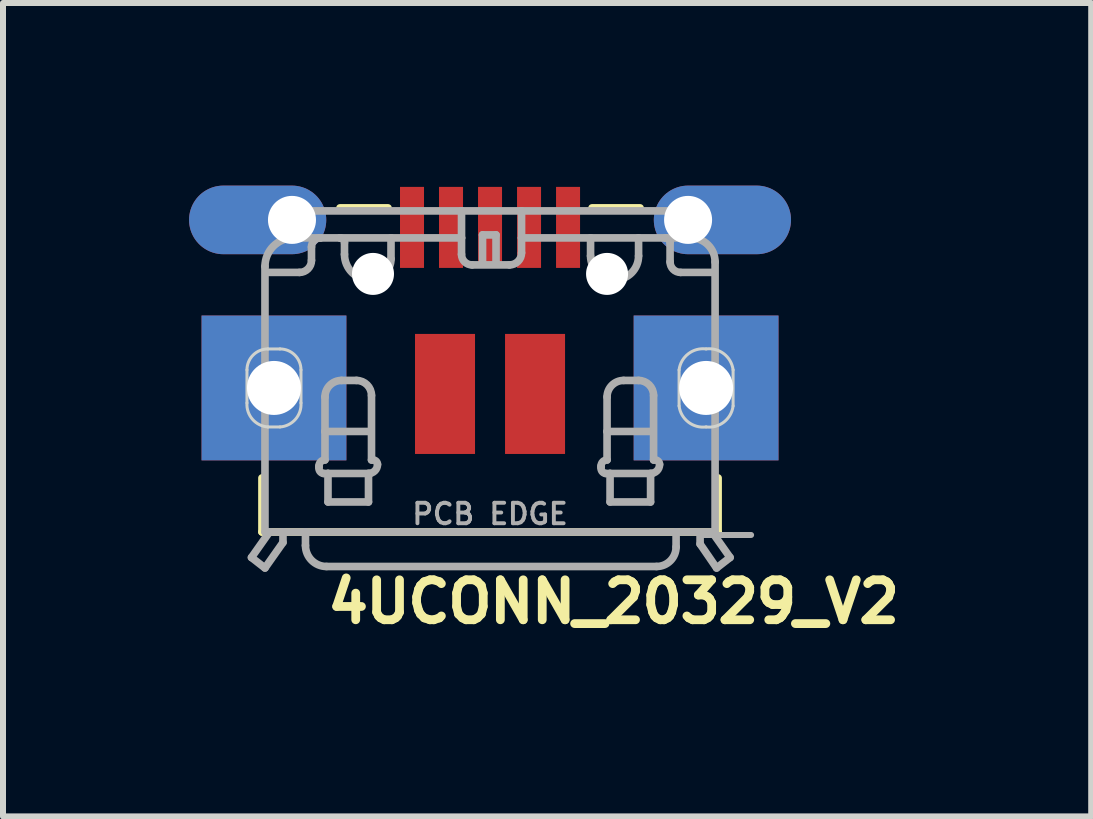
<source format=kicad_pcb>
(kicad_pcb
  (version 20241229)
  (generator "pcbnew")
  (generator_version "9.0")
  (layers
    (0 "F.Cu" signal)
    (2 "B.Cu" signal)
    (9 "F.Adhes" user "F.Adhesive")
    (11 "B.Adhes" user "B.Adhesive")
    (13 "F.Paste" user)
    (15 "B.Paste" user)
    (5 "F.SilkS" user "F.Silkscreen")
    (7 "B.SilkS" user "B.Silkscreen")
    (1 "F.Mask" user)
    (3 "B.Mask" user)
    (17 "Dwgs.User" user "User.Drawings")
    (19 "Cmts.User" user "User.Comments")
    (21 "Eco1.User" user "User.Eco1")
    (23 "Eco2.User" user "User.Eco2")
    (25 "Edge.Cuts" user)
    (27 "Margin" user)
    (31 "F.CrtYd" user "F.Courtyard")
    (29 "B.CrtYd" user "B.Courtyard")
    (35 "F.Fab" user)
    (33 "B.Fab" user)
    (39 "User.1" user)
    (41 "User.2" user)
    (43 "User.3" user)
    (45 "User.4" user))
  (footprint "4UCONN_20329_V2"
    (layer "F.Cu")
    (at 5.115 1.514)
    (property "Reference" "4UCONN_20329_V2" (at -2.778 5.852 0) (layer "F.SilkS") (effects (font (size 0.666 0.666) (thickness 0.146)) (justify left bottom)))
    (fp_poly (pts (xy -1.55 -0.05) (xy -1.05 -0.05) (xy -1.05 -1.5) (xy -1.55 -1.5)) (stroke (width 0) (type default)) (fill yes) (layer "F.Mask"))
    (fp_poly (pts (xy -0.9 -0.05) (xy -0.4 -0.05) (xy -0.4 -1.5) (xy -0.9 -1.5)) (stroke (width 0) (type default)) (fill yes) (layer "F.Mask"))
    (fp_poly (pts (xy -0.25 -0.05) (xy 0.25 -0.05) (xy 0.25 -1.5) (xy -0.25 -1.5)) (stroke (width 0) (type default)) (fill yes) (layer "F.Mask"))
    (fp_poly (pts (xy 0.4 -0.05) (xy 0.9 -0.05) (xy 0.9 -1.5) (xy 0.4 -1.5)) (stroke (width 0) (type default)) (fill yes) (layer "F.Mask"))
    (fp_poly (pts (xy 1.05 -0.05) (xy 1.55 -0.05) (xy 1.55 -1.5) (xy 1.05 -1.5)) (stroke (width 0) (type default)) (fill yes) (layer "F.Mask"))
    (fp_line (start -3.8 3.4) (end -3.8 4.3) (stroke (width 0.127) (type solid)) (layer "F.SilkS"))
    (fp_line (start -3.8 4.3) (end 3.8 4.3) (stroke (width 0.127) (type solid)) (layer "F.SilkS"))
    (fp_line (start -2.5 -1.1) (end -1.7 -1.1) (stroke (width 0.127) (type solid)) (layer "F.SilkS"))
    (fp_line (start 1.7 -1.1) (end 2.5 -1.1) (stroke (width 0.127) (type solid)) (layer "F.SilkS"))
    (fp_line (start 3.8 4.3) (end 3.8 3.4) (stroke (width 0.127) (type solid)) (layer "F.SilkS"))
    (fp_poly (pts (xy -4.85 3.15) (xy -2.35 3.15) (xy -2.35 0.65) (xy -4.85 0.65)) (stroke (width 0) (type default)) (fill yes) (layer "F.Paste"))
    (fp_poly (pts (xy -1.45 -0.15) (xy -1.15 -0.15) (xy -1.15 -1.4) (xy -1.45 -1.4)) (stroke (width 0) (type default)) (fill yes) (layer "F.Paste"))
    (fp_poly (pts (xy -0.8 -0.15) (xy -0.5 -0.15) (xy -0.5 -1.4) (xy -0.8 -1.4)) (stroke (width 0) (type default)) (fill yes) (layer "F.Paste"))
    (fp_poly (pts (xy -0.15 -0.15) (xy 0.15 -0.15) (xy 0.15 -1.4) (xy -0.15 -1.4)) (stroke (width 0) (type default)) (fill yes) (layer "F.Paste"))
    (fp_poly (pts (xy 0.5 -0.15) (xy 0.8 -0.15) (xy 0.8 -1.4) (xy 0.5 -1.4)) (stroke (width 0) (type default)) (fill yes) (layer "F.Paste"))
    (fp_poly (pts (xy 1.15 -0.15) (xy 1.45 -0.15) (xy 1.45 -1.4) (xy 1.15 -1.4)) (stroke (width 0) (type default)) (fill yes) (layer "F.Paste"))
    (fp_poly (pts (xy 2.35 3.15) (xy 4.85 3.15) (xy 4.85 0.65) (xy 2.35 0.65)) (stroke (width 0) (type default)) (fill yes) (layer "F.Paste"))
    (fp_poly (pts (xy -3.186 -1.499) (xy -3.03 -1.442) (xy -2.893 -1.346) (xy -2.786 -1.219) (xy -2.715 -1.067) (xy -2.686 -0.9) (xy -2.715 -0.733) (xy -2.786 -0.581) (xy -2.893 -0.454) (xy -3.03 -0.358) (xy -3.186 -0.301) (xy -3.347 -0.286) (xy -4.457 -0.286) (xy -4.767 -0.355) (xy -4.907 -0.454) (xy -5.014 -0.581) (xy -5.085 -0.733) (xy -5.115 -0.904) (xy -5.017 -1.215) (xy -4.907 -1.346) (xy -4.77 -1.442) (xy -4.614 -1.499) (xy -4.453 -1.514) (xy -3.347 -1.514)) (stroke (width 0) (type default)) (fill yes) (layer "F.Paste"))
    (fp_poly (pts (xy 4.614 -1.499) (xy 4.77 -1.442) (xy 4.907 -1.346) (xy 5.014 -1.219) (xy 5.085 -1.067) (xy 5.114 -0.9) (xy 5.085 -0.733) (xy 5.014 -0.581) (xy 4.907 -0.454) (xy 4.77 -0.358) (xy 4.614 -0.301) (xy 4.453 -0.286) (xy 3.343 -0.286) (xy 3.033 -0.355) (xy 2.893 -0.454) (xy 2.786 -0.581) (xy 2.715 -0.733) (xy 2.685 -0.904) (xy 2.783 -1.215) (xy 2.893 -1.346) (xy 3.03 -1.442) (xy 3.186 -1.499) (xy 3.347 -1.514) (xy 4.453 -1.514)) (stroke (width 0) (type default)) (fill yes) (layer "F.Paste"))
    (fp_line (start -4.05 2.15) (end -4.05 1.6) (stroke (width 0.05) (type solid)) (layer "Edge.Cuts"))
    (fp_line (start -3.7 1.25) (end -3.5 1.25) (stroke (width 0.05) (type solid)) (layer "Edge.Cuts"))
    (fp_line (start -3.5 2.55) (end -3.7 2.55) (stroke (width 0.05) (type solid)) (layer "Edge.Cuts"))
    (fp_line (start -3.15 1.6) (end -3.15 2.15) (stroke (width 0.05) (type solid)) (layer "Edge.Cuts"))
    (fp_line (start 3.15 2.2) (end 3.15 1.6) (stroke (width 0.05) (type solid)) (layer "Edge.Cuts"))
    (fp_line (start 4.05 1.6) (end 4.05 2.2) (stroke (width 0.05) (type solid)) (layer "Edge.Cuts"))
    (fp_arc (start -4.05 1.6) (mid -3.947487 1.352513) (end -3.7 1.25) (stroke (width 0.05) (type solid)) (layer "Edge.Cuts"))
    (fp_arc (start -3.7 2.55) (mid -3.957843 2.422487) (end -4.05 2.15) (stroke (width 0.05) (type solid)) (layer "Edge.Cuts"))
    (fp_arc (start -3.5 1.25) (mid -3.252513 1.352513) (end -3.15 1.6) (stroke (width 0.05) (type solid)) (layer "Edge.Cuts"))
    (fp_arc (start -3.15 2.15) (mid -3.242157 2.422487) (end -3.5 2.55) (stroke (width 0.05) (type solid)) (layer "Edge.Cuts"))
    (fp_arc (start 3.15 1.6) (mid 3.302513 1.331802) (end 3.6 1.25) (stroke (width 0.05) (type solid)) (layer "Edge.Cuts"))
    (fp_arc (start 3.6 1.25) (mid 3.897487 1.331802) (end 4.05 1.6) (stroke (width 0.05) (type solid)) (layer "Edge.Cuts"))
    (fp_arc (start 3.6 2.55) (mid 3.302513 2.468198) (end 3.15 2.2) (stroke (width 0.05) (type solid)) (layer "Edge.Cuts"))
    (fp_arc (start 4.05 2.2) (mid 3.897487 2.468198) (end 3.6 2.55) (stroke (width 0.05) (type solid)) (layer "Edge.Cuts"))
    (fp_line (start -3.975 4.725) (end -3.75 4.9) (stroke (width 0.127) (type solid)) (layer "F.Fab"))
    (fp_line (start -3.975 4.725) (end -3.675 4.3) (stroke (width 0.127) (type solid)) (layer "F.Fab"))
    (fp_line (start -3.75 -0.125) (end -3.75 4.3) (stroke (width 0.127) (type solid)) (layer "F.Fab"))
    (fp_line (start -3.75 4.3) (end -3.675 4.3) (stroke (width 0.127) (type solid)) (layer "F.Fab"))
    (fp_line (start -3.75 4.9) (end -3.45 4.475) (stroke (width 0.127) (type solid)) (layer "F.Fab"))
    (fp_line (start -3.725 -0.025) (end -3.175 -0.025) (stroke (width 0.127) (type solid)) (layer "F.Fab"))
    (fp_line (start -3.675 4.3) (end -3.45 4.3) (stroke (width 0.127) (type solid)) (layer "F.Fab"))
    (fp_line (start -3.575 -1.05) (end -0.475 -1.05) (stroke (width 0.127) (type solid)) (layer "F.Fab"))
    (fp_line (start -3.575 -0.75) (end -3.575 -1.05) (stroke (width 0.127) (type solid)) (layer "F.Fab"))
    (fp_line (start -3.45 4.3) (end -3.075 4.3) (stroke (width 0.127) (type solid)) (layer "F.Fab"))
    (fp_line (start -3.45 4.475) (end -3.45 4.3) (stroke (width 0.127) (type solid)) (layer "F.Fab"))
    (fp_line (start -3.425 -0.75) (end -3.575 -0.75) (stroke (width 0.127) (type solid)) (layer "F.Fab"))
    (fp_line (start -3.425 -0.625) (end -3.425 -0.75) (stroke (width 0.127) (type solid)) (layer "F.Fab"))
    (fp_line (start -3.075 4.3) (end -3.075 4.525) (stroke (width 0.127) (type solid)) (layer "F.Fab"))
    (fp_line (start -3.075 4.3) (end 3.1 4.3) (stroke (width 0.127) (type solid)) (layer "F.Fab"))
    (fp_line (start -2.975 -0.225) (end -2.975 -0.45) (stroke (width 0.127) (type solid)) (layer "F.Fab"))
    (fp_line (start -2.85 3.225) (end -2.85 3.2) (stroke (width 0.127) (type solid)) (layer "F.Fab"))
    (fp_line (start -2.825 -0.6) (end -3.275 -0.6) (stroke (width 0.127) (type solid)) (layer "F.Fab"))
    (fp_line (start -2.825 -0.6) (end -2.5 -0.6) (stroke (width 0.127) (type solid)) (layer "F.Fab"))
    (fp_line (start -2.75 2.625) (end -2.75 2.05) (stroke (width 0.127) (type solid)) (layer "F.Fab"))
    (fp_line (start -2.75 2.625) (end -2 2.625) (stroke (width 0.127) (type solid)) (layer "F.Fab"))
    (fp_line (start -2.75 3.1) (end -2.75 2.625) (stroke (width 0.127) (type solid)) (layer "F.Fab"))
    (fp_line (start -2.725 4.875) (end 2.775 4.875) (stroke (width 0.127) (type solid)) (layer "F.Fab"))
    (fp_line (start -2.7 3.325) (end -2.775 3.325) (stroke (width 0.127) (type solid)) (layer "F.Fab"))
    (fp_line (start -2.7 3.325) (end -2 3.325) (stroke (width 0.127) (type solid)) (layer "F.Fab"))
    (fp_line (start -2.7 3.8) (end -2.7 3.325) (stroke (width 0.127) (type solid)) (layer "F.Fab"))
    (fp_line (start -2.475 1.775) (end -2.225 1.775) (stroke (width 0.127) (type solid)) (layer "F.Fab"))
    (fp_line (start -2.425 -0.525) (end -2.425 -0.325) (stroke (width 0.127) (type solid)) (layer "F.Fab"))
    (fp_line (start -2.025 3.325) (end -2.025 3.8) (stroke (width 0.127) (type solid)) (layer "F.Fab"))
    (fp_line (start -2.025 3.8) (end -2.7 3.8) (stroke (width 0.127) (type solid)) (layer "F.Fab"))
    (fp_line (start -1.975 2.025) (end -1.975 3.1) (stroke (width 0.127) (type solid)) (layer "F.Fab"))
    (fp_line (start -1.975 3.1) (end -1.95 3.1) (stroke (width 0.127) (type solid)) (layer "F.Fab"))
    (fp_line (start -1.65 -0.6) (end -2.5 -0.6) (stroke (width 0.127) (type solid)) (layer "F.Fab"))
    (fp_line (start -1.65 -0.25) (end -1.65 -0.6) (stroke (width 0.127) (type solid)) (layer "F.Fab"))
    (fp_line (start -0.475 -1.05) (end 0.525 -1.05) (stroke (width 0.127) (type solid)) (layer "F.Fab"))
    (fp_line (start -0.475 -0.6) (end -1.65 -0.6) (stroke (width 0.127) (type solid)) (layer "F.Fab"))
    (fp_line (start -0.475 -0.6) (end -0.475 -1.05) (stroke (width 0.127) (type solid)) (layer "F.Fab"))
    (fp_line (start -0.475 -0.325) (end -0.475 -0.6) (stroke (width 0.127) (type solid)) (layer "F.Fab"))
    (fp_line (start -0.125 -0.65) (end 0.1 -0.65) (stroke (width 0.127) (type solid)) (layer "F.Fab"))
    (fp_line (start -0.125 -0.175) (end -0.125 -0.65) (stroke (width 0.127) (type solid)) (layer "F.Fab"))
    (fp_line (start 0.1 -0.65) (end 0.1 -0.175) (stroke (width 0.127) (type solid)) (layer "F.Fab"))
    (fp_line (start 0.325 -0.15) (end -0.3 -0.15) (stroke (width 0.127) (type solid)) (layer "F.Fab"))
    (fp_line (start 0.525 -1.05) (end 0.525 -0.6) (stroke (width 0.127) (type solid)) (layer "F.Fab"))
    (fp_line (start 0.525 -1.05) (end 3.6 -1.05) (stroke (width 0.127) (type solid)) (layer "F.Fab"))
    (fp_line (start 0.525 -0.6) (end 0.525 -0.35) (stroke (width 0.127) (type solid)) (layer "F.Fab"))
    (fp_line (start 1.675 -0.6) (end 0.525 -0.6) (stroke (width 0.127) (type solid)) (layer "F.Fab"))
    (fp_line (start 1.675 -0.6) (end 1.675 -0.3) (stroke (width 0.127) (type solid)) (layer "F.Fab"))
    (fp_line (start 1.85 3.225) (end 1.85 3.2) (stroke (width 0.127) (type solid)) (layer "F.Fab"))
    (fp_line (start 1.95 2.625) (end 1.95 2.05) (stroke (width 0.127) (type solid)) (layer "F.Fab"))
    (fp_line (start 1.95 2.625) (end 2.7 2.625) (stroke (width 0.127) (type solid)) (layer "F.Fab"))
    (fp_line (start 1.95 3.1) (end 1.95 2.625) (stroke (width 0.127) (type solid)) (layer "F.Fab"))
    (fp_line (start 2 3.325) (end 1.925 3.325) (stroke (width 0.127) (type solid)) (layer "F.Fab"))
    (fp_line (start 2 3.325) (end 2.7 3.325) (stroke (width 0.127) (type solid)) (layer "F.Fab"))
    (fp_line (start 2 3.8) (end 2 3.325) (stroke (width 0.127) (type solid)) (layer "F.Fab"))
    (fp_line (start 2.225 1.775) (end 2.475 1.775) (stroke (width 0.127) (type solid)) (layer "F.Fab"))
    (fp_line (start 2.475 -0.6) (end 1.675 -0.6) (stroke (width 0.127) (type solid)) (layer "F.Fab"))
    (fp_line (start 2.475 -0.6) (end 2.925 -0.6) (stroke (width 0.127) (type solid)) (layer "F.Fab"))
    (fp_line (start 2.475 -0.3) (end 2.475 -0.6) (stroke (width 0.127) (type solid)) (layer "F.Fab"))
    (fp_line (start 2.675 3.325) (end 2.675 3.8) (stroke (width 0.127) (type solid)) (layer "F.Fab"))
    (fp_line (start 2.675 3.8) (end 2 3.8) (stroke (width 0.127) (type solid)) (layer "F.Fab"))
    (fp_line (start 2.725 2.025) (end 2.725 3.1) (stroke (width 0.127) (type solid)) (layer "F.Fab"))
    (fp_line (start 2.725 3.1) (end 2.75 3.1) (stroke (width 0.127) (type solid)) (layer "F.Fab"))
    (fp_line (start 3 -0.525) (end 3 -0.2) (stroke (width 0.127) (type solid)) (layer "F.Fab"))
    (fp_line (start 3.1 4.3) (end 3.7 4.3) (stroke (width 0.127) (type solid)) (layer "F.Fab"))
    (fp_line (start 3.1 4.55) (end 3.1 4.3) (stroke (width 0.127) (type solid)) (layer "F.Fab"))
    (fp_line (start 3.175 -0.025) (end 3.725 -0.025) (stroke (width 0.127) (type solid)) (layer "F.Fab"))
    (fp_line (start 3.35 -0.775) (end 3.35 -0.6) (stroke (width 0.127) (type solid)) (layer "F.Fab"))
    (fp_line (start 3.35 -0.6) (end 2.925 -0.6) (stroke (width 0.127) (type solid)) (layer "F.Fab"))
    (fp_line (start 3.5 4.35) (end 4.35 4.35) (stroke (width 0.1) (type solid)) (layer "F.Fab"))
    (fp_line (start 3.5 4.5) (end 3.5 4.35) (stroke (width 0.127) (type solid)) (layer "F.Fab"))
    (fp_line (start 3.6 -1.05) (end 3.6 -0.775) (stroke (width 0.127) (type solid)) (layer "F.Fab"))
    (fp_line (start 3.6 -0.775) (end 3.35 -0.775) (stroke (width 0.127) (type solid)) (layer "F.Fab"))
    (fp_line (start 3.7 4.3) (end 3.75 4.3) (stroke (width 0.127) (type solid)) (layer "F.Fab"))
    (fp_line (start 3.7 4.3) (end 4 4.725) (stroke (width 0.127) (type solid)) (layer "F.Fab"))
    (fp_line (start 3.75 4.3) (end 3.75 -0.2) (stroke (width 0.127) (type solid)) (layer "F.Fab"))
    (fp_line (start 3.775 4.9) (end 3.5 4.5) (stroke (width 0.127) (type solid)) (layer "F.Fab"))
    (fp_line (start 4 4.725) (end 3.775 4.9) (stroke (width 0.127) (type solid)) (layer "F.Fab"))
    (fp_arc (start -3.750001 -0.124999) (mid -3.610876 -0.460875) (end -3.275 -0.6) (stroke (width 0.127) (type solid)) (layer "F.Fab"))
    (fp_arc (start -2.975 -0.45) (mid -2.931066 -0.556066) (end -2.825 -0.6) (stroke (width 0.127) (type solid)) (layer "F.Fab"))
    (fp_arc (start -2.975 -0.225) (mid -3.033579 -0.083579) (end -3.175 -0.025) (stroke (width 0.127) (type solid)) (layer "F.Fab"))
    (fp_arc (start -2.85 3.2) (mid -2.820711 3.129289) (end -2.75 3.1) (stroke (width 0.127) (type solid)) (layer "F.Fab"))
    (fp_arc (start -2.775 3.325) (mid -2.833211 3.290533) (end -2.85 3.225) (stroke (width 0.127) (type solid)) (layer "F.Fab"))
    (fp_arc (start -2.75 2.05) (mid -2.669454 1.855546) (end -2.475 1.775) (stroke (width 0.127) (type solid)) (layer "F.Fab"))
    (fp_arc (start -2.725 4.875) (mid -2.972487 4.772487) (end -3.075 4.525) (stroke (width 0.127) (type solid)) (layer "F.Fab"))
    (fp_arc (start -2.5 -0.6) (mid -2.446967 -0.578033) (end -2.425 -0.525) (stroke (width 0.127) (type solid)) (layer "F.Fab"))
    (fp_arc (start -2.225 1.775) (mid -2.048223 1.848223) (end -1.975 2.025) (stroke (width 0.127) (type solid)) (layer "F.Fab"))
    (fp_arc (start -2 0.1) (mid -2.30052 -0.02448) (end -2.425 -0.325) (stroke (width 0.127) (type solid)) (layer "F.Fab"))
    (fp_arc (start -1.95 3.1) (mid -1.896967 3.121967) (end -1.875 3.175) (stroke (width 0.127) (type solid)) (layer "F.Fab"))
    (fp_arc (start -1.875 3.175) (mid -1.918934 3.281066) (end -2.025 3.325) (stroke (width 0.127) (type solid)) (layer "F.Fab"))
    (fp_arc (start -1.65 -0.25) (mid -1.752513 -0.002513) (end -2 0.1) (stroke (width 0.127) (type solid)) (layer "F.Fab"))
    (fp_arc (start -0.3 -0.15) (mid -0.423744 -0.201256) (end -0.475 -0.325) (stroke (width 0.127) (type solid)) (layer "F.Fab"))
    (fp_arc (start 0.525 -0.35) (mid 0.466421 -0.208579) (end 0.325 -0.15) (stroke (width 0.127) (type solid)) (layer "F.Fab"))
    (fp_arc (start 1.85 3.2) (mid 1.879289 3.129289) (end 1.95 3.1) (stroke (width 0.127) (type solid)) (layer "F.Fab"))
    (fp_arc (start 1.925 3.325) (mid 1.866789 3.290533) (end 1.85 3.225) (stroke (width 0.127) (type solid)) (layer "F.Fab"))
    (fp_arc (start 1.95 2.05) (mid 2.030546 1.855546) (end 2.225 1.775) (stroke (width 0.127) (type solid)) (layer "F.Fab"))
    (fp_arc (start 2.075 0.1) (mid 1.792157 -0.017157) (end 1.675 -0.3) (stroke (width 0.127) (type solid)) (layer "F.Fab"))
    (fp_arc (start 2.475 -0.3) (mid 2.357843 -0.017157) (end 2.075 0.1) (stroke (width 0.127) (type solid)) (layer "F.Fab"))
    (fp_arc (start 2.475 1.775) (mid 2.651777 1.848223) (end 2.725 2.025) (stroke (width 0.127) (type solid)) (layer "F.Fab"))
    (fp_arc (start 2.75 3.1) (mid 2.803033 3.121967) (end 2.825 3.175) (stroke (width 0.127) (type solid)) (layer "F.Fab"))
    (fp_arc (start 2.825 3.175) (mid 2.781066 3.281066) (end 2.675 3.325) (stroke (width 0.127) (type solid)) (layer "F.Fab"))
    (fp_arc (start 2.925 -0.6) (mid 2.978033 -0.578033) (end 3 -0.525) (stroke (width 0.127) (type solid)) (layer "F.Fab"))
    (fp_arc (start 3.1 4.55) (mid 3.00481 4.77981) (end 2.775 4.875) (stroke (width 0.127) (type solid)) (layer "F.Fab"))
    (fp_arc (start 3.175 -0.025) (mid 3.051256 -0.076256) (end 3 -0.2) (stroke (width 0.127) (type solid)) (layer "F.Fab"))
    (fp_arc (start 3.349999 -0.599999) (mid 3.632842 -0.482842) (end 3.75 -0.2) (stroke (width 0.127) (type solid)) (layer "F.Fab"))
    (fp_text user "PCB EDGE" (at 0 4 0) (layer "F.Fab") (effects (font (size 0.341 0.341) (thickness 0.065))))
    (pad "" np_thru_hole circle (at -1.95 0) (size 0.7 0.7) (drill 0.7) (layers "*.Cu" "*.Mask"))
    (pad "" np_thru_hole circle (at 1.95 0) (size 0.7 0.7) (drill 0.7) (layers "*.Cu" "*.Mask"))
    (pad "BASE@1" smd rect (at -0.75 2 90) (size 2 1) (layers "F.Cu" "F.Mask" "F.Paste"))
    (pad "BASE@2" smd rect (at 0.75 2 90) (size 2 1) (layers "F.Cu" "F.Mask" "F.Paste"))
    (pad "D+" smd rect (at 0 -0.775) (size 0.4 1.35) (layers "F.Cu"))
    (pad "D-" smd rect (at -0.65 -0.775) (size 0.4 1.35) (layers "F.Cu"))
    (pad "GND" smd rect (at 1.3 -0.775) (size 0.4 1.35) (layers "F.Cu"))
    (pad "ID" smd rect (at 0.65 -0.775) (size 0.4 1.35) (layers "F.Cu"))
    (pad "SPRT@1" thru_hole oval (at -3.3 -0.9 180) (size 2.286 1.143) (drill 0.8 (offset 0.572 0)) (layers "*.Cu" "*.Mask"))
    (pad "SPRT@2" thru_hole oval (at 3.3 -0.9) (size 2.286 1.143) (drill 0.8 (offset 0.572 0)) (layers "*.Cu" "*.Mask"))
    (pad "SPRT@3" thru_hole rect (at -3.6 1.9 90) (size 2.413 2.413) (drill 0.9) (layers "*.Cu" "*.Mask"))
    (pad "SPRT@4" thru_hole rect (at 3.6 1.9 90) (size 2.413 2.413) (drill 0.9) (layers "*.Cu" "*.Mask"))
    (pad "VBUS" smd rect (at -1.3 -0.775) (size 0.4 1.35) (layers "F.Cu")))
  (gr_rect
    (start -3 -3)
    (end 15.132 10.553)
    (stroke (width 0.1) (type default))
    (fill no)
    (layer "Edge.Cuts")))
</source>
